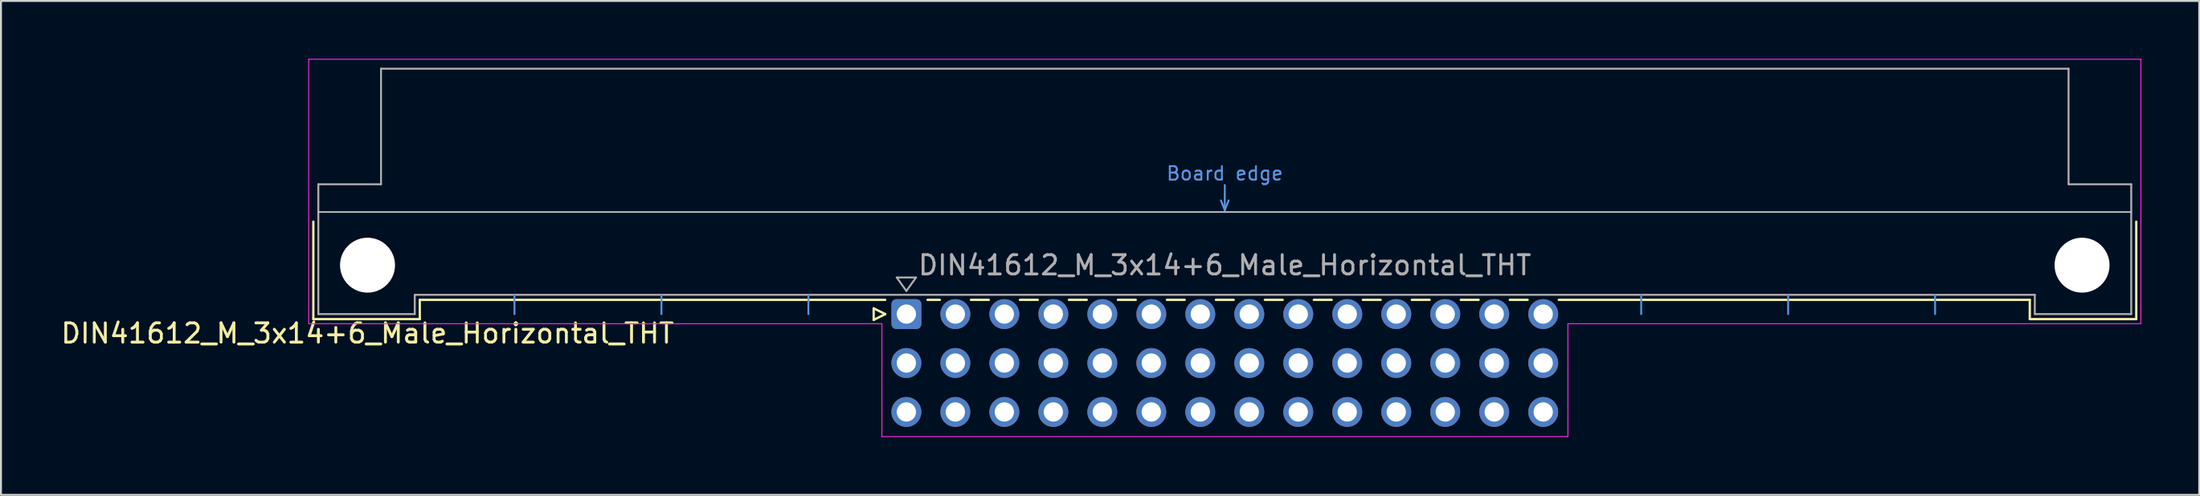
<source format=kicad_pcb>
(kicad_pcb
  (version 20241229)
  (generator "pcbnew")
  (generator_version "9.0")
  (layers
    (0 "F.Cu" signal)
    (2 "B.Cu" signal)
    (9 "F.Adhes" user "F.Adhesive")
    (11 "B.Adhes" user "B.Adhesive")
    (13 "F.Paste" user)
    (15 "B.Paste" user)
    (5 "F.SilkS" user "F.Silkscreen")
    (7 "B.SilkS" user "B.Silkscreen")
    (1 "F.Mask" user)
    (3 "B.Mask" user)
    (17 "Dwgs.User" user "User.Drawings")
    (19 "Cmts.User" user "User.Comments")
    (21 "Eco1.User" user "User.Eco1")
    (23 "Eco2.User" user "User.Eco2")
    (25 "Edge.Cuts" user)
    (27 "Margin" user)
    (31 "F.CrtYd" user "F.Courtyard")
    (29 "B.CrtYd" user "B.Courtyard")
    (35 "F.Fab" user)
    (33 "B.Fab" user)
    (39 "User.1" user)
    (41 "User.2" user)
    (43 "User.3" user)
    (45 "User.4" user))
  (footprint "DIN41612_M_3x14+6_Male_Horizontal_THT"
    (layer "F.Cu")
    (at 21.086 13.255)
    (property "Reference" "DIN41612_M_3x14+6_Male_Horizontal_THT" (at -5.08 1 0) (layer "F.SilkS") (effects (font (size 1 1) (thickness 0.15))))
    (attr through_hole)
    (fp_line (start -7.89 -4.8) (end -7.89 0.26) (stroke (width 0.12) (type solid)) (layer "F.SilkS"))
    (fp_line (start -7.89 0.26) (end -2.37 0.26) (stroke (width 0.12) (type solid)) (layer "F.SilkS"))
    (fp_line (start -2.37 -0.74) (end 21.765 -0.74) (stroke (width 0.12) (type solid)) (layer "F.SilkS"))
    (fp_line (start -2.37 0.26) (end -2.37 -0.74) (stroke (width 0.12) (type solid)) (layer "F.SilkS"))
    (fp_line (start 21.165 -0.3) (end 21.165 0.3) (stroke (width 0.12) (type solid)) (layer "F.SilkS"))
    (fp_line (start 21.165 0.3) (end 21.765 0) (stroke (width 0.12) (type solid)) (layer "F.SilkS"))
    (fp_line (start 21.765 0) (end 21.165 -0.3) (stroke (width 0.12) (type solid)) (layer "F.SilkS"))
    (fp_line (start 23.955 -0.74) (end 24.593 -0.74) (stroke (width 0.12) (type solid)) (layer "F.SilkS"))
    (fp_line (start 26.207 -0.74) (end 27.133 -0.74) (stroke (width 0.12) (type solid)) (layer "F.SilkS"))
    (fp_line (start 28.747 -0.74) (end 29.673 -0.74) (stroke (width 0.12) (type solid)) (layer "F.SilkS"))
    (fp_line (start 31.287 -0.74) (end 32.213 -0.74) (stroke (width 0.12) (type solid)) (layer "F.SilkS"))
    (fp_line (start 33.827 -0.74) (end 34.753 -0.74) (stroke (width 0.12) (type solid)) (layer "F.SilkS"))
    (fp_line (start 36.367 -0.74) (end 37.293 -0.74) (stroke (width 0.12) (type solid)) (layer "F.SilkS"))
    (fp_line (start 38.907 -0.74) (end 39.833 -0.74) (stroke (width 0.12) (type solid)) (layer "F.SilkS"))
    (fp_line (start 41.447 -0.74) (end 42.373 -0.74) (stroke (width 0.12) (type solid)) (layer "F.SilkS"))
    (fp_line (start 43.987 -0.74) (end 44.913 -0.74) (stroke (width 0.12) (type solid)) (layer "F.SilkS"))
    (fp_line (start 46.527 -0.74) (end 47.453 -0.74) (stroke (width 0.12) (type solid)) (layer "F.SilkS"))
    (fp_line (start 49.067 -0.74) (end 49.993 -0.74) (stroke (width 0.12) (type solid)) (layer "F.SilkS"))
    (fp_line (start 51.607 -0.74) (end 52.533 -0.74) (stroke (width 0.12) (type solid)) (layer "F.SilkS"))
    (fp_line (start 54.147 -0.74) (end 55.073 -0.74) (stroke (width 0.12) (type solid)) (layer "F.SilkS"))
    (fp_line (start 56.687 -0.74) (end 81.11 -0.74) (stroke (width 0.12) (type solid)) (layer "F.SilkS"))
    (fp_line (start 81.11 0.26) (end 81.11 -0.74) (stroke (width 0.12) (type solid)) (layer "F.SilkS"))
    (fp_line (start 86.63 -4.8) (end 86.63 0.26) (stroke (width 0.12) (type solid)) (layer "F.SilkS"))
    (fp_line (start 86.63 0.26) (end 81.11 0.26) (stroke (width 0.12) (type solid)) (layer "F.SilkS"))
    (fp_line (start -7.63 -5.3) (end 86.37 -5.3) (stroke (width 0.08) (type solid)) (layer "Dwgs.User"))
    (fp_line (start 2.54 0) (end 2.54 -1) (stroke (width 0.1) (type solid)) (layer "Cmts.User"))
    (fp_line (start 10.16 0) (end 10.16 -1) (stroke (width 0.1) (type solid)) (layer "Cmts.User"))
    (fp_line (start 17.78 0) (end 17.78 -1) (stroke (width 0.1) (type solid)) (layer "Cmts.User"))
    (fp_line (start 39.17 -5.9) (end 39.37 -5.4) (stroke (width 0.1) (type solid)) (layer "Cmts.User"))
    (fp_line (start 39.37 -5.4) (end 39.37 -6.7) (stroke (width 0.1) (type solid)) (layer "Cmts.User"))
    (fp_line (start 39.37 -5.4) (end 39.57 -5.9) (stroke (width 0.1) (type solid)) (layer "Cmts.User"))
    (fp_line (start 60.96 0) (end 60.96 -1) (stroke (width 0.1) (type solid)) (layer "Cmts.User"))
    (fp_line (start 68.58 0) (end 68.58 -1) (stroke (width 0.1) (type solid)) (layer "Cmts.User"))
    (fp_line (start 76.2 0) (end 76.2 -1) (stroke (width 0.1) (type solid)) (layer "Cmts.User"))
    (fp_line (start -8.13 -13.23) (end -8.13 0.5) (stroke (width 0.05) (type solid)) (layer "F.CrtYd"))
    (fp_line (start -8.13 0.5) (end 21.59 0.5) (stroke (width 0.05) (type solid)) (layer "F.CrtYd"))
    (fp_line (start 21.59 0.5) (end 21.59 6.36) (stroke (width 0.05) (type solid)) (layer "F.CrtYd"))
    (fp_line (start 21.59 6.36) (end 57.16 6.36) (stroke (width 0.05) (type solid)) (layer "F.CrtYd"))
    (fp_line (start 57.16 0.5) (end 86.87 0.5) (stroke (width 0.05) (type solid)) (layer "F.CrtYd"))
    (fp_line (start 57.16 6.36) (end 57.16 0.5) (stroke (width 0.05) (type solid)) (layer "F.CrtYd"))
    (fp_line (start 86.87 -13.23) (end -8.13 -13.23) (stroke (width 0.05) (type solid)) (layer "F.CrtYd"))
    (fp_line (start 86.87 0.5) (end 86.87 -13.23) (stroke (width 0.05) (type solid)) (layer "F.CrtYd"))
    (fp_line (start -7.63 -6.74) (end -7.63 0) (stroke (width 0.1) (type solid)) (layer "F.Fab"))
    (fp_line (start -7.63 0) (end -2.63 0) (stroke (width 0.1) (type solid)) (layer "F.Fab"))
    (fp_line (start -4.38 -12.74) (end -4.38 -6.74) (stroke (width 0.1) (type solid)) (layer "F.Fab"))
    (fp_line (start -4.38 -6.74) (end -7.63 -6.74) (stroke (width 0.1) (type solid)) (layer "F.Fab"))
    (fp_line (start -2.63 -1) (end 81.37 -1) (stroke (width 0.1) (type solid)) (layer "F.Fab"))
    (fp_line (start -2.63 0) (end -2.63 -1) (stroke (width 0.1) (type solid)) (layer "F.Fab"))
    (fp_line (start 22.36 -1.9) (end 23.36 -1.9) (stroke (width 0.1) (type solid)) (layer "F.Fab"))
    (fp_line (start 22.86 -1.2) (end 22.36 -1.9) (stroke (width 0.1) (type solid)) (layer "F.Fab"))
    (fp_line (start 23.36 -1.9) (end 22.86 -1.2) (stroke (width 0.1) (type solid)) (layer "F.Fab"))
    (fp_line (start 81.37 -1) (end 81.37 0) (stroke (width 0.1) (type solid)) (layer "F.Fab"))
    (fp_line (start 81.37 0) (end 86.37 0) (stroke (width 0.1) (type solid)) (layer "F.Fab"))
    (fp_line (start 83.12 -12.74) (end -4.38 -12.74) (stroke (width 0.1) (type solid)) (layer "F.Fab"))
    (fp_line (start 83.12 -6.74) (end 83.12 -12.74) (stroke (width 0.1) (type solid)) (layer "F.Fab"))
    (fp_line (start 86.37 -6.74) (end 83.12 -6.74) (stroke (width 0.1) (type solid)) (layer "F.Fab"))
    (fp_line (start 86.37 0) (end 86.37 -6.74) (stroke (width 0.1) (type solid)) (layer "F.Fab"))
    (fp_text user "Board edge" (at 39.37 -7.3 0) (layer "Cmts.User") (effects (font (size 0.7 0.7) (thickness 0.1))))
    (fp_text user "${REFERENCE}" (at 39.37 -2.54 0) (layer "F.Fab") (effects (font (size 1 1) (thickness 0.15))))
    (pad "" np_thru_hole circle (at -5.08 -2.54) (size 2.85 2.85) (drill 2.85) (layers "*.Cu" "*.Mask"))
    (pad "" np_thru_hole circle (at 83.82 -2.54) (size 2.85 2.85) (drill 2.85) (layers "*.Cu" "*.Mask"))
    (pad "a10" thru_hole roundrect (at 22.86 0) (size 1.55 1.55) (drill 1) (layers "*.Cu" "*.Mask") (roundrect_rratio 0.161))
    (pad "a11" thru_hole circle (at 25.4 0) (size 1.55 1.55) (drill 1) (layers "*.Cu" "*.Mask"))
    (pad "a12" thru_hole circle (at 27.94 0) (size 1.55 1.55) (drill 1) (layers "*.Cu" "*.Mask"))
    (pad "a13" thru_hole circle (at 30.48 0) (size 1.55 1.55) (drill 1) (layers "*.Cu" "*.Mask"))
    (pad "a14" thru_hole circle (at 33.02 0) (size 1.55 1.55) (drill 1) (layers "*.Cu" "*.Mask"))
    (pad "a15" thru_hole circle (at 35.56 0) (size 1.55 1.55) (drill 1) (layers "*.Cu" "*.Mask"))
    (pad "a16" thru_hole circle (at 38.1 0) (size 1.55 1.55) (drill 1) (layers "*.Cu" "*.Mask"))
    (pad "a17" thru_hole circle (at 40.64 0) (size 1.55 1.55) (drill 1) (layers "*.Cu" "*.Mask"))
    (pad "a18" thru_hole circle (at 43.18 0) (size 1.55 1.55) (drill 1) (layers "*.Cu" "*.Mask"))
    (pad "a19" thru_hole circle (at 45.72 0) (size 1.55 1.55) (drill 1) (layers "*.Cu" "*.Mask"))
    (pad "a20" thru_hole circle (at 48.26 0) (size 1.55 1.55) (drill 1) (layers "*.Cu" "*.Mask"))
    (pad "a21" thru_hole circle (at 50.8 0) (size 1.55 1.55) (drill 1) (layers "*.Cu" "*.Mask"))
    (pad "a22" thru_hole circle (at 53.34 0) (size 1.55 1.55) (drill 1) (layers "*.Cu" "*.Mask"))
    (pad "a23" thru_hole circle (at 55.88 0) (size 1.55 1.55) (drill 1) (layers "*.Cu" "*.Mask"))
    (pad "b10" thru_hole circle (at 22.86 2.54) (size 1.55 1.55) (drill 1) (layers "*.Cu" "*.Mask"))
    (pad "b11" thru_hole circle (at 25.4 2.54) (size 1.55 1.55) (drill 1) (layers "*.Cu" "*.Mask"))
    (pad "b12" thru_hole circle (at 27.94 2.54) (size 1.55 1.55) (drill 1) (layers "*.Cu" "*.Mask"))
    (pad "b13" thru_hole circle (at 30.48 2.54) (size 1.55 1.55) (drill 1) (layers "*.Cu" "*.Mask"))
    (pad "b14" thru_hole circle (at 33.02 2.54) (size 1.55 1.55) (drill 1) (layers "*.Cu" "*.Mask"))
    (pad "b15" thru_hole circle (at 35.56 2.54) (size 1.55 1.55) (drill 1) (layers "*.Cu" "*.Mask"))
    (pad "b16" thru_hole circle (at 38.1 2.54) (size 1.55 1.55) (drill 1) (layers "*.Cu" "*.Mask"))
    (pad "b17" thru_hole circle (at 40.64 2.54) (size 1.55 1.55) (drill 1) (layers "*.Cu" "*.Mask"))
    (pad "b18" thru_hole circle (at 43.18 2.54) (size 1.55 1.55) (drill 1) (layers "*.Cu" "*.Mask"))
    (pad "b19" thru_hole circle (at 45.72 2.54) (size 1.55 1.55) (drill 1) (layers "*.Cu" "*.Mask"))
    (pad "b20" thru_hole circle (at 48.26 2.54) (size 1.55 1.55) (drill 1) (layers "*.Cu" "*.Mask"))
    (pad "b21" thru_hole circle (at 50.8 2.54) (size 1.55 1.55) (drill 1) (layers "*.Cu" "*.Mask"))
    (pad "b22" thru_hole circle (at 53.34 2.54) (size 1.55 1.55) (drill 1) (layers "*.Cu" "*.Mask"))
    (pad "b23" thru_hole circle (at 55.88 2.54) (size 1.55 1.55) (drill 1) (layers "*.Cu" "*.Mask"))
    (pad "c10" thru_hole circle (at 22.86 5.08) (size 1.55 1.55) (drill 1) (layers "*.Cu" "*.Mask"))
    (pad "c11" thru_hole circle (at 25.4 5.08) (size 1.55 1.55) (drill 1) (layers "*.Cu" "*.Mask"))
    (pad "c12" thru_hole circle (at 27.94 5.08) (size 1.55 1.55) (drill 1) (layers "*.Cu" "*.Mask"))
    (pad "c13" thru_hole circle (at 30.48 5.08) (size 1.55 1.55) (drill 1) (layers "*.Cu" "*.Mask"))
    (pad "c14" thru_hole circle (at 33.02 5.08) (size 1.55 1.55) (drill 1) (layers "*.Cu" "*.Mask"))
    (pad "c15" thru_hole circle (at 35.56 5.08) (size 1.55 1.55) (drill 1) (layers "*.Cu" "*.Mask"))
    (pad "c16" thru_hole circle (at 38.1 5.08) (size 1.55 1.55) (drill 1) (layers "*.Cu" "*.Mask"))
    (pad "c17" thru_hole circle (at 40.64 5.08) (size 1.55 1.55) (drill 1) (layers "*.Cu" "*.Mask"))
    (pad "c18" thru_hole circle (at 43.18 5.08) (size 1.55 1.55) (drill 1) (layers "*.Cu" "*.Mask"))
    (pad "c19" thru_hole circle (at 45.72 5.08) (size 1.55 1.55) (drill 1) (layers "*.Cu" "*.Mask"))
    (pad "c20" thru_hole circle (at 48.26 5.08) (size 1.55 1.55) (drill 1) (layers "*.Cu" "*.Mask"))
    (pad "c21" thru_hole circle (at 50.8 5.08) (size 1.55 1.55) (drill 1) (layers "*.Cu" "*.Mask"))
    (pad "c22" thru_hole circle (at 53.34 5.08) (size 1.55 1.55) (drill 1) (layers "*.Cu" "*.Mask"))
    (pad "c23" thru_hole circle (at 55.88 5.08) (size 1.55 1.55) (drill 1) (layers "*.Cu" "*.Mask")))
  (gr_rect
    (start -3 -3)
    (end 110.981 22.64)
    (stroke (width 0.1) (type default))
    (fill no)
    (layer "Edge.Cuts")))
</source>
